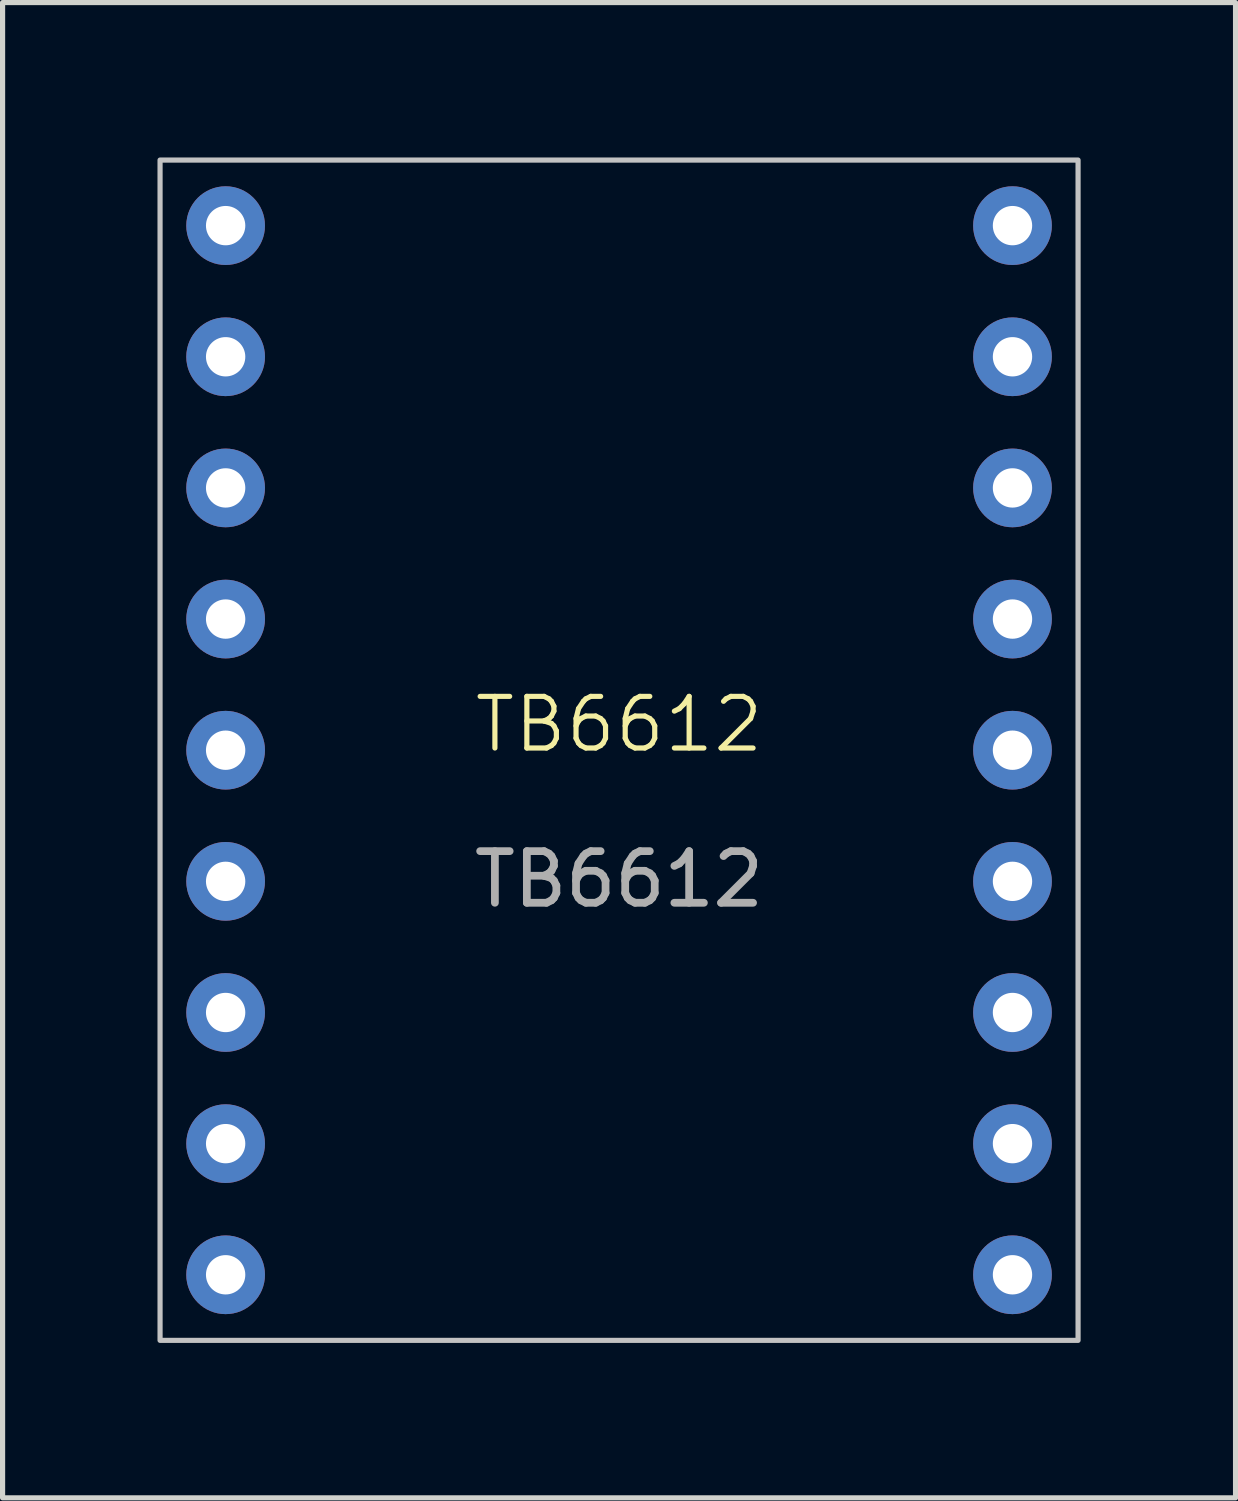
<source format=kicad_pcb>
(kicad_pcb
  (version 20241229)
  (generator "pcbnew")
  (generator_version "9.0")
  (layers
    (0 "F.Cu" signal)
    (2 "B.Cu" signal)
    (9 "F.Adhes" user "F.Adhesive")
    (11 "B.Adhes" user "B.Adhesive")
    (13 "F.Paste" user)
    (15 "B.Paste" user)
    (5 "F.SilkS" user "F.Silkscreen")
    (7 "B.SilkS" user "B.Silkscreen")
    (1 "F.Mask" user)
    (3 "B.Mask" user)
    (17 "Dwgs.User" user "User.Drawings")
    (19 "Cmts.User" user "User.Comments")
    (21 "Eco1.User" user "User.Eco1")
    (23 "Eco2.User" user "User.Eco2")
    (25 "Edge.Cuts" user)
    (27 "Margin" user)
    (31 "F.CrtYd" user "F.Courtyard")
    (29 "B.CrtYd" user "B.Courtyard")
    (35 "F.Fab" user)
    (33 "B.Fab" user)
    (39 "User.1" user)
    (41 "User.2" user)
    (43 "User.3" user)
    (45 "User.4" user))
  (footprint "TB6612"
    (layer "F.Cu")
    (at 8.94 11.48)
    (property "Reference" "TB6612" (at 0 -0.5 0) (unlocked yes) (layer "F.SilkS") (effects (font (size 1 1) (thickness 0.1))))
    (attr through_hole)
    (fp_rect (start -8.89 -11.43) (end 8.89 11.43) (stroke (width 0.1) (type default)) (fill no) (layer "Dwgs.User"))
    (fp_text user "${REFERENCE}" (at 0 2.5 0) (unlocked yes) (layer "F.Fab") (effects (font (size 1 1) (thickness 0.15))))
    (pad "1" thru_hole circle (at -7.62 -10.16) (size 1.524 1.524) (drill 0.762) (layers "*.Cu" "*.Mask"))
    (pad "2" thru_hole circle (at -7.62 -7.62) (size 1.524 1.524) (drill 0.762) (layers "*.Cu" "*.Mask"))
    (pad "3" thru_hole circle (at -7.62 -5.08) (size 1.524 1.524) (drill 0.762) (layers "*.Cu" "*.Mask"))
    (pad "4" thru_hole circle (at -7.62 -2.54) (size 1.524 1.524) (drill 0.762) (layers "*.Cu" "*.Mask"))
    (pad "5" thru_hole circle (at -7.62 0) (size 1.524 1.524) (drill 0.762) (layers "*.Cu" "*.Mask"))
    (pad "6" thru_hole circle (at -7.62 2.54) (size 1.524 1.524) (drill 0.762) (layers "*.Cu" "*.Mask"))
    (pad "7" thru_hole circle (at -7.62 5.08) (size 1.524 1.524) (drill 0.762) (layers "*.Cu" "*.Mask"))
    (pad "8" thru_hole circle (at -7.62 7.62) (size 1.524 1.524) (drill 0.762) (layers "*.Cu" "*.Mask"))
    (pad "9" thru_hole circle (at -7.62 10.16) (size 1.524 1.524) (drill 0.762) (layers "*.Cu" "*.Mask"))
    (pad "10" thru_hole circle (at 7.62 10.16) (size 1.524 1.524) (drill 0.762) (layers "*.Cu" "*.Mask"))
    (pad "11" thru_hole circle (at 7.62 7.62) (size 1.524 1.524) (drill 0.762) (layers "*.Cu" "*.Mask"))
    (pad "12" thru_hole circle (at 7.62 5.08) (size 1.524 1.524) (drill 0.762) (layers "*.Cu" "*.Mask"))
    (pad "13" thru_hole circle (at 7.62 2.54) (size 1.524 1.524) (drill 0.762) (layers "*.Cu" "*.Mask"))
    (pad "14" thru_hole circle (at 7.62 0) (size 1.524 1.524) (drill 0.762) (layers "*.Cu" "*.Mask"))
    (pad "15" thru_hole circle (at 7.62 -2.54) (size 1.524 1.524) (drill 0.762) (layers "*.Cu" "*.Mask"))
    (pad "16" thru_hole circle (at 7.62 -5.08) (size 1.524 1.524) (drill 0.762) (layers "*.Cu" "*.Mask"))
    (pad "17" thru_hole circle (at 7.62 -7.62) (size 1.524 1.524) (drill 0.762) (layers "*.Cu" "*.Mask"))
    (pad "18" thru_hole circle (at 7.62 -10.16) (size 1.524 1.524) (drill 0.762) (layers "*.Cu" "*.Mask")))
  (gr_rect
    (start -3 -3)
    (end 20.88 25.96)
    (stroke (width 0.1) (type default))
    (fill no)
    (layer "Edge.Cuts")))
</source>
